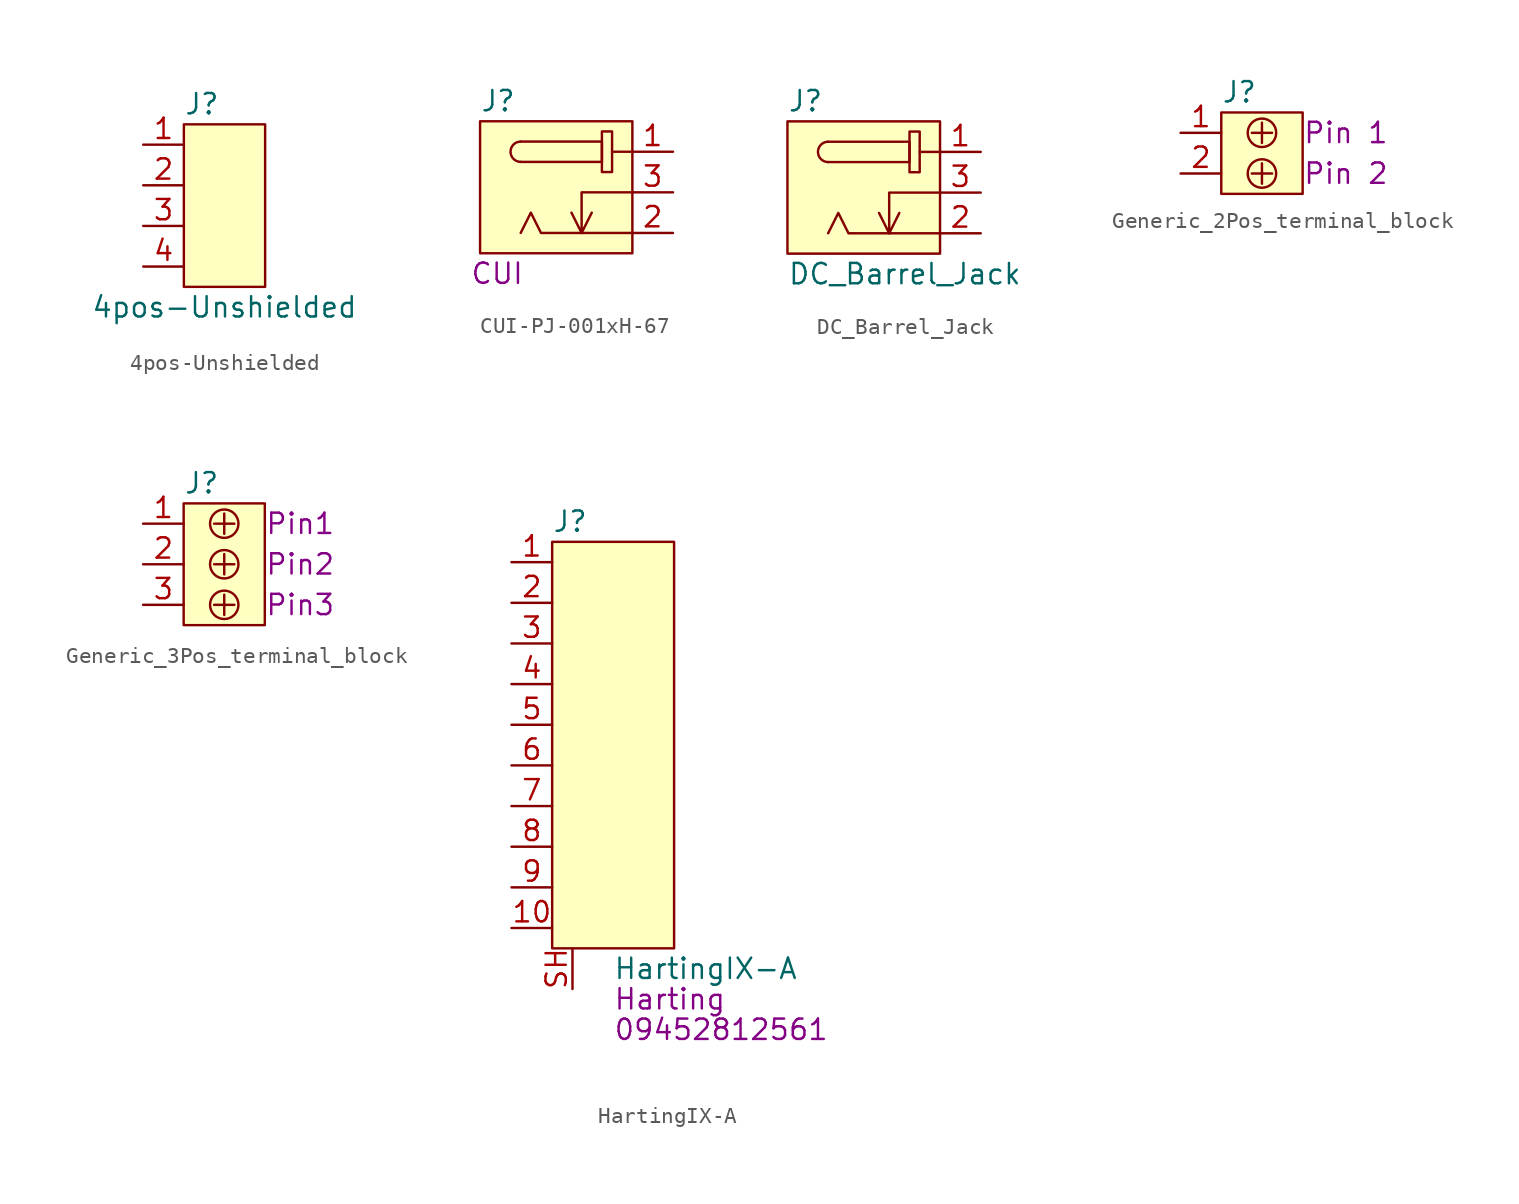
<source format=kicad_sym>
(kicad_symbol_lib
  (version 20211014)
  (generator kicad_symbol_editor)
  (symbol "4pos-Unshielded"
    (pin_names
      (offset 1.016))
    (property "Reference" "J"
      (at -2.54 2.54 0)
      (effects (font (size 1.27 1.27)) (justify left)))
    (property "Value" "4pos-Unshielded"
      (at 0 -10.16 0)
      (effects (font (size 1.27 1.27))))
    (symbol "4pos-Unshielded_0_0"
      (pin unspecified line (at -5.08 0 0) (length 2.54) (name "~" (effects (font (size 1.27 1.27)))) (number "1" (effects (font (size 1.27 1.27)))))
      (pin unspecified line (at -5.08 -2.54 0) (length 2.54) (name "~" (effects (font (size 1.27 1.27)))) (number "2" (effects (font (size 1.27 1.27)))))
      (pin unspecified line (at -5.08 -5.08 0) (length 2.54) (name "~" (effects (font (size 1.27 1.27)))) (number "3" (effects (font (size 1.27 1.27)))))
      (pin unspecified line (at -5.08 -7.62 0) (length 2.54) (name "~" (effects (font (size 1.27 1.27)))) (number "4" (effects (font (size 1.27 1.27))))))
    (symbol "4pos-Unshielded_0_1"
      (rectangle (start -2.54 1.27) (end 2.54 -8.89) (stroke (width 0) (type default) (color 0 0 0 0)) (fill (type background)))))
  (symbol "CUI-PJ-001xH-67"
    (pin_names
      (offset 1.016) hide)
    (property "Reference" "J"
      (at -9.525 5.715 0)
      (effects (font (size 1.27 1.27)) (justify left)))
    (property "Manufacturer" "CUI"
      (at -10.16 -5.08 0)
      (effects (font (size 1.27 1.27)) (justify left)))
    (symbol "CUI-PJ-001xH-67_0_1"
      (arc (start -6.985 3.175) (mid -7.62 2.54) (end -6.985 1.905) (stroke (width 0) (type default) (color 0 0 0 0)) (fill (type none)))
      (rectangle (start -1.905 3.81) (end -1.27 1.27) (stroke (width 0) (type default) (color 0 0 0 0)) (fill (type none)))
      (polyline (pts (xy -3.175 -2.54) (xy -3.81 -1.27)) (stroke (width 0) (type default) (color 0 0 0 0)) (fill (type none)))
      (polyline (pts (xy -1.27 2.54) (xy 0 2.54)) (stroke (width 0) (type default) (color 0 0 0 0)) (fill (type none)))
      (polyline (pts (xy 0 -2.54) (xy -5.715 -2.54) (xy -6.35 -1.27) (xy -6.985 -2.54)) (stroke (width 0) (type default) (color 0 0 0 0)) (fill (type none)))
      (polyline (pts (xy 0 0) (xy -3.175 0) (xy -3.175 -2.54) (xy -2.54 -1.27)) (stroke (width 0) (type default) (color 0 0 0 0)) (fill (type none)))
      (polyline (pts (xy -6.985 3.175) (xy -1.905 3.175) (xy -1.905 2.54) (xy -1.905 1.905) (xy -6.985 1.905)) (stroke (width 0) (type default) (color 0 0 0 0)) (fill (type none)))
      (rectangle (start 0 4.445) (end -9.525 -3.81) (stroke (width 0) (type default) (color 0 0 0 0)) (fill (type background))))
    (symbol "CUI-PJ-001xH-67_1_1"
      (pin power_in line (at 2.54 2.54 180) (length 2.54) (name "Tip" (effects (font (size 1.27 1.27)))) (number "1" (effects (font (size 1.27 1.27)))))
      (pin power_in line (at 2.54 -2.54 180) (length 2.54) (name "Sleeve" (effects (font (size 1.27 1.27)))) (number "2" (effects (font (size 1.27 1.27)))))
      (pin power_in line (at 2.54 0 180) (length 2.54) (name "Short" (effects (font (size 1.27 1.27)))) (number "3" (effects (font (size 1.27 1.27)))))))
  (symbol "DC_Barrel_Jack"
    (pin_names
      (offset 1.016) hide)
    (property "Reference" "J"
      (at -9.525 5.715 0)
      (effects (font (size 1.27 1.27)) (justify left)))
    (property "Value" "DC_Barrel_Jack"
      (at -9.525 -5.08 0)
      (effects (font (size 1.27 1.27)) (justify left)))
    (symbol "DC_Barrel_Jack_0_1"
      (arc (start -6.985 3.175) (mid -7.62 2.54) (end -6.985 1.905) (stroke (width 0) (type default) (color 0 0 0 0)) (fill (type none)))
      (rectangle (start -1.905 3.81) (end -1.27 1.27) (stroke (width 0) (type default) (color 0 0 0 0)) (fill (type none)))
      (polyline (pts (xy -3.175 -2.54) (xy -3.81 -1.27)) (stroke (width 0) (type default) (color 0 0 0 0)) (fill (type none)))
      (polyline (pts (xy -1.27 2.54) (xy 0 2.54)) (stroke (width 0) (type default) (color 0 0 0 0)) (fill (type none)))
      (polyline (pts (xy 0 -2.54) (xy -5.715 -2.54) (xy -6.35 -1.27) (xy -6.985 -2.54)) (stroke (width 0) (type default) (color 0 0 0 0)) (fill (type none)))
      (polyline (pts (xy 0 0) (xy -3.175 0) (xy -3.175 -2.54) (xy -2.54 -1.27)) (stroke (width 0) (type default) (color 0 0 0 0)) (fill (type none)))
      (polyline (pts (xy -6.985 3.175) (xy -1.905 3.175) (xy -1.905 2.54) (xy -1.905 1.905) (xy -6.985 1.905)) (stroke (width 0) (type default) (color 0 0 0 0)) (fill (type none)))
      (rectangle (start 0 4.445) (end -9.525 -3.81) (stroke (width 0) (type default) (color 0 0 0 0)) (fill (type background))))
    (symbol "DC_Barrel_Jack_1_1"
      (pin power_in line (at 2.54 2.54 180) (length 2.54) (name "Tip" (effects (font (size 1.27 1.27)))) (number "1" (effects (font (size 1.27 1.27)))))
      (pin power_in line (at 2.54 -2.54 180) (length 2.54) (name "Sleeve" (effects (font (size 1.27 1.27)))) (number "2" (effects (font (size 1.27 1.27)))))
      (pin power_in line (at 2.54 0 180) (length 2.54) (name "Short" (effects (font (size 1.27 1.27)))) (number "3" (effects (font (size 1.27 1.27)))))))
  (symbol "Generic_2Pos_terminal_block"
    (pin_names
      (offset 1.016))
    (property "Reference" "J"
      (at -2.54 2.54 0)
      (effects (font (size 1.27 1.27)) (justify left)))
    (property "Pin1" "Pin 1"
      (at 2.54 0 0)
      (effects (font (size 1.27 1.27)) (justify left)))
    (property "Pin2" "Pin 2"
      (at 2.54 -2.54 0)
      (effects (font (size 1.27 1.27)) (justify left)))
    (symbol "Generic_2Pos_terminal_block_0_1"
      (rectangle (start -2.54 1.27) (end 2.54 -3.81) (stroke (width 0) (type default) (color 0 0 0 0)) (fill (type background)))
      (polyline (pts (xy -0.635 0) (xy 0.635 0)) (stroke (width 0) (type default) (color 0 0 0 0)) (fill (type none)))
      (polyline (pts (xy 0 0.635) (xy 0 -0.635)) (stroke (width 0) (type default) (color 0 0 0 0)) (fill (type none)))
      (circle (center 0 0) (radius 0.889) (stroke (width 0) (type default) (color 0 0 0 0)) (fill (type none))))
    (symbol "Generic_2Pos_terminal_block_1_1"
      (circle (center 0 -2.54) (radius 0.889) (stroke (width 0) (type default) (color 0 0 0 0)) (fill (type none)))
      (polyline (pts (xy 0 -1.905) (xy 0 -3.175)) (stroke (width 0) (type default) (color 0 0 0 0)) (fill (type none)))
      (polyline (pts (xy 0.635 -2.54) (xy -0.635 -2.54)) (stroke (width 0) (type default) (color 0 0 0 0)) (fill (type none)))
      (pin input line (at -5.08 0 0) (length 2.54) (name "~" (effects (font (size 1.27 1.27)))) (number "1" (effects (font (size 1.27 1.27)))))
      (pin input line (at -5.08 -2.54 0) (length 2.54) (name "~" (effects (font (size 1.27 1.27)))) (number "2" (effects (font (size 1.27 1.27)))))))
  (symbol "Generic_3Pos_terminal_block"
    (pin_names
      (offset 1.016))
    (property "Reference" "J"
      (at -2.54 2.54 0)
      (effects (font (size 1.27 1.27)) (justify left)))
    (property "Pin1" "Pin1"
      (at 2.54 0 0)
      (effects (font (size 1.27 1.27)) (justify left)))
    (property "Pin2" "Pin2"
      (at 2.54 -2.54 0)
      (effects (font (size 1.27 1.27)) (justify left)))
    (property "Pin3" "Pin3"
      (at 2.54 -5.08 0)
      (effects (font (size 1.27 1.27)) (justify left)))
    (symbol "Generic_3Pos_terminal_block_0_1"
      (rectangle (start -2.54 1.27) (end 2.54 -6.35) (stroke (width 0) (type default) (color 0 0 0 0)) (fill (type background)))
      (circle (center 0 -2.54) (radius 0.889) (stroke (width 0) (type default) (color 0 0 0 0)) (fill (type none)))
      (polyline (pts (xy -0.635 -2.54) (xy 0.635 -2.54)) (stroke (width 0) (type default) (color 0 0 0 0)) (fill (type none)))
      (polyline (pts (xy -0.635 0) (xy 0.635 0)) (stroke (width 0) (type default) (color 0 0 0 0)) (fill (type none)))
      (polyline (pts (xy 0 -1.905) (xy 0 -3.175)) (stroke (width 0) (type default) (color 0 0 0 0)) (fill (type none)))
      (polyline (pts (xy 0 0.635) (xy 0 -0.635)) (stroke (width 0) (type default) (color 0 0 0 0)) (fill (type none)))
      (circle (center 0 0) (radius 0.889) (stroke (width 0) (type default) (color 0 0 0 0)) (fill (type none))))
    (symbol "Generic_3Pos_terminal_block_1_1"
      (circle (center 0 -5.08) (radius 0.889) (stroke (width 0) (type default) (color 0 0 0 0)) (fill (type none)))
      (polyline (pts (xy 0 -4.445) (xy 0 -5.715)) (stroke (width 0) (type default) (color 0 0 0 0)) (fill (type none)))
      (polyline (pts (xy 0.635 -5.08) (xy -0.635 -5.08)) (stroke (width 0) (type default) (color 0 0 0 0)) (fill (type none)))
      (pin input line (at -5.08 0 0) (length 2.54) (name "~" (effects (font (size 1.27 1.27)))) (number "1" (effects (font (size 1.27 1.27)))))
      (pin input line (at -5.08 -2.54 0) (length 2.54) (name "~" (effects (font (size 1.27 1.27)))) (number "2" (effects (font (size 1.27 1.27)))))
      (pin input line (at -5.08 -5.08 0) (length 2.54) (name "~" (effects (font (size 1.27 1.27)))) (number "3" (effects (font (size 1.27 1.27)))))))
  (symbol "HartingIX-A"
    (pin_names
      (offset 1.016))
    (property "Reference" "J"
      (at -3.81 13.97 0)
      (effects (font (size 1.27 1.27)) (justify left)))
    (property "Value" "HartingIX-A"
      (at 0 -13.97 0)
      (effects (font (size 1.27 1.27)) (justify left)))
    (property "Manufacturer" "Harting"
      (at 0 -15.875 0)
      (effects (font (size 1.27 1.27)) (justify left)))
    (property "MPN" "09452812561"
      (at 0 -17.78 0)
      (effects (font (size 1.27 1.27)) (justify left)))
    (symbol "HartingIX-A_0_0"
      (pin unspecified line (at -6.35 11.43 0) (length 2.54) (name "~" (effects (font (size 1.27 1.27)))) (number "1" (effects (font (size 1.27 1.27)))))
      (pin unspecified line (at -6.35 -11.43 0) (length 2.54) (name "~" (effects (font (size 1.27 1.27)))) (number "10" (effects (font (size 1.27 1.27)))))
      (pin unspecified line (at -6.35 8.89 0) (length 2.54) (name "~" (effects (font (size 1.27 1.27)))) (number "2" (effects (font (size 1.27 1.27)))))
      (pin unspecified line (at -6.35 6.35 0) (length 2.54) (name "~" (effects (font (size 1.27 1.27)))) (number "3" (effects (font (size 1.27 1.27)))))
      (pin unspecified line (at -6.35 3.81 0) (length 2.54) (name "~" (effects (font (size 1.27 1.27)))) (number "4" (effects (font (size 1.27 1.27)))))
      (pin unspecified line (at -6.35 1.27 0) (length 2.54) (name "~" (effects (font (size 1.27 1.27)))) (number "5" (effects (font (size 1.27 1.27)))))
      (pin unspecified line (at -6.35 -1.27 0) (length 2.54) (name "~" (effects (font (size 1.27 1.27)))) (number "6" (effects (font (size 1.27 1.27)))))
      (pin unspecified line (at -6.35 -3.81 0) (length 2.54) (name "~" (effects (font (size 1.27 1.27)))) (number "7" (effects (font (size 1.27 1.27)))))
      (pin unspecified line (at -6.35 -6.35 0) (length 2.54) (name "~" (effects (font (size 1.27 1.27)))) (number "8" (effects (font (size 1.27 1.27)))))
      (pin unspecified line (at -6.35 -8.89 0) (length 2.54) (name "~" (effects (font (size 1.27 1.27)))) (number "9" (effects (font (size 1.27 1.27)))))
      (pin unspecified line (at -2.54 -15.24 90) (length 2.54) (name "~" (effects (font (size 1.27 1.27)))) (number "SH" (effects (font (size 1.27 1.27))))))
    (symbol "HartingIX-A_0_1"
      (rectangle (start -3.81 12.7) (end 3.81 -12.7) (stroke (width 0) (type default) (color 0 0 0 0)) (fill (type background))))))
</source>
